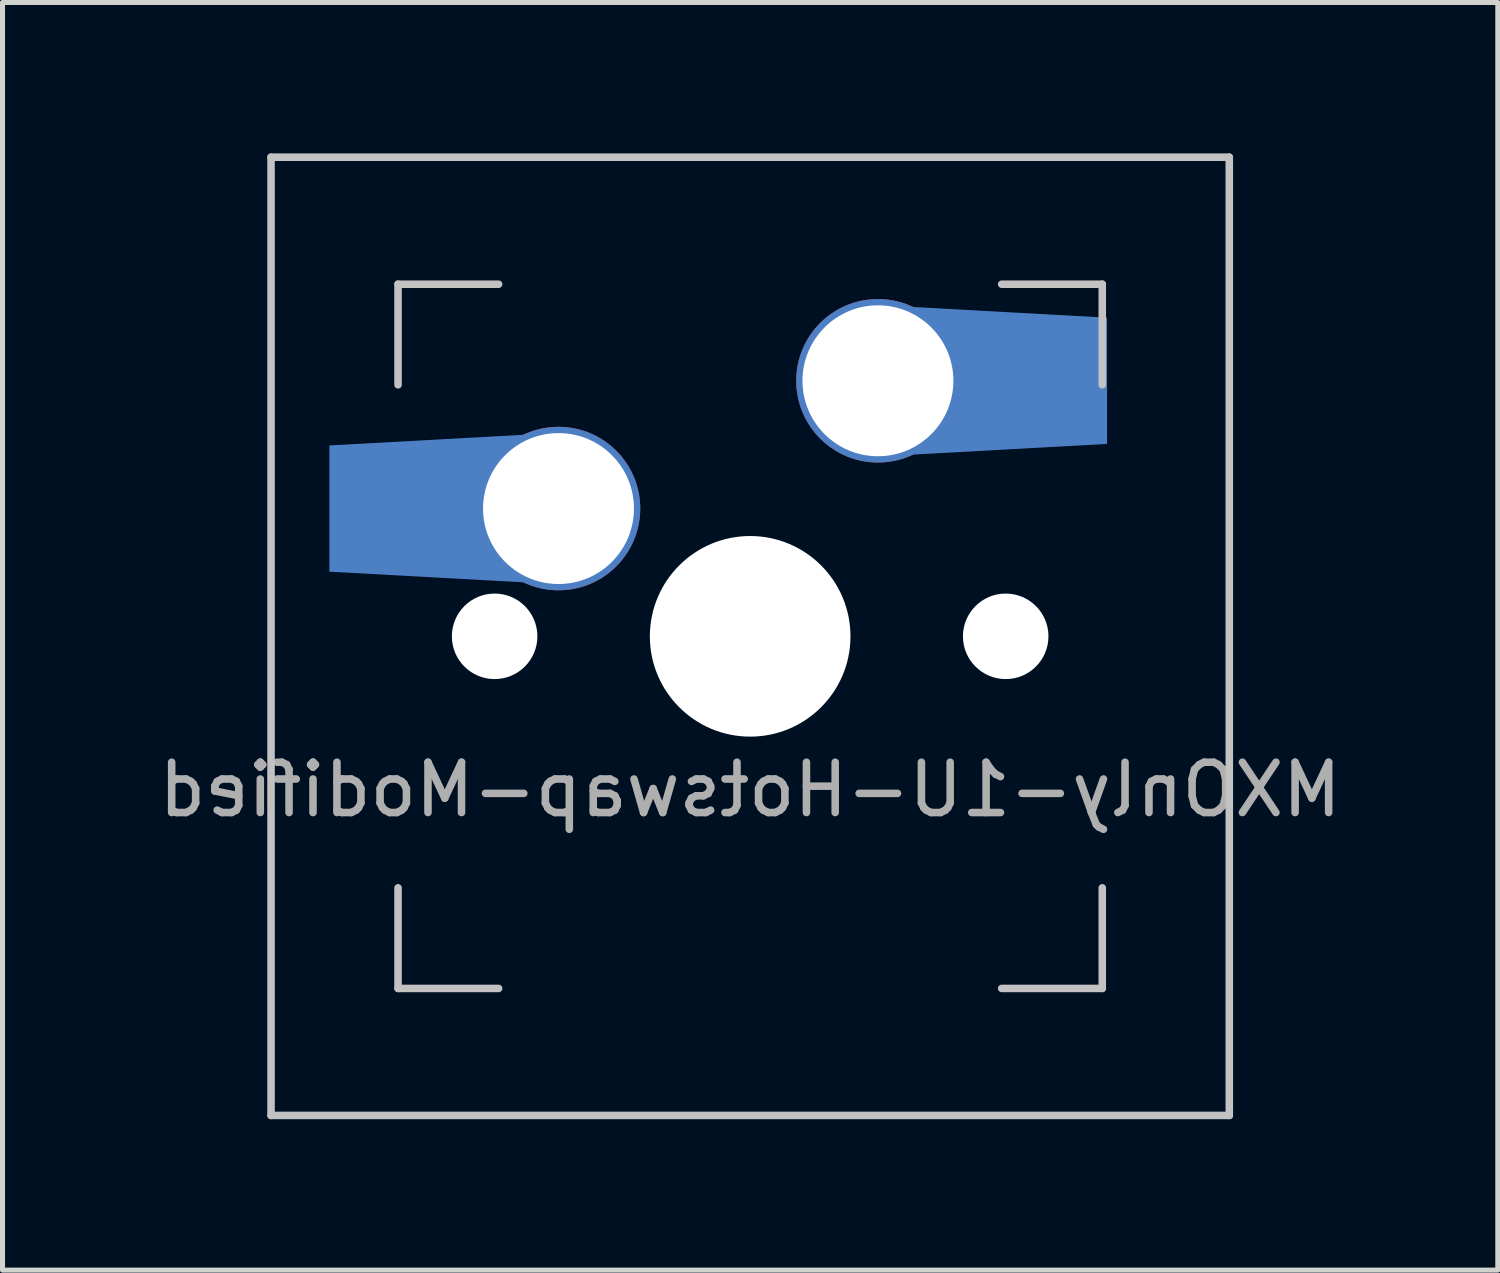
<source format=kicad_pcb>
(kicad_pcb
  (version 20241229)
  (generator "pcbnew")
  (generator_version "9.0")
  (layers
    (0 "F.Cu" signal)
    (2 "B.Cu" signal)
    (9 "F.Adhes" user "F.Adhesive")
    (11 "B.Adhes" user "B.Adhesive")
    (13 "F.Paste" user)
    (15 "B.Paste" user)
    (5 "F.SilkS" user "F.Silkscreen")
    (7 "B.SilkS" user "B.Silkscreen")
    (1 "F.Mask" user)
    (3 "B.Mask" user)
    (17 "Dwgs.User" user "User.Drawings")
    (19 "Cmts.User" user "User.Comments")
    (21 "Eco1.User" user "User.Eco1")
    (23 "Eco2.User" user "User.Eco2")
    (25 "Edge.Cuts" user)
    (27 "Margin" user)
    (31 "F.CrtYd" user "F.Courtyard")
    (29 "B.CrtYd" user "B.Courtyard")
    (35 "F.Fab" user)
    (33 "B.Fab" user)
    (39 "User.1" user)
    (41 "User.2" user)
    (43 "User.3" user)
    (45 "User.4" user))
  (footprint "MXOnly-1U-Hotswap-Modified"
    (layer "F.Cu")
    (at 11.863 9.6)
    (property "Reference" "MXOnly-1U-Hotswap-Modified" (at 0 3.048 0) (layer "F.Fab") (effects (font (size 1 1) (thickness 0.15)) (justify mirror)))
    (attr through_hole)
    (fp_line (start -9.525 -9.525) (end 9.525 -9.525) (stroke (width 0.15) (type solid)) (layer "Dwgs.User"))
    (fp_line (start -9.525 9.525) (end -9.525 -9.525) (stroke (width 0.15) (type solid)) (layer "Dwgs.User"))
    (fp_line (start -7 -7) (end -7 -5) (stroke (width 0.15) (type solid)) (layer "Dwgs.User"))
    (fp_line (start -7 5) (end -7 7) (stroke (width 0.15) (type solid)) (layer "Dwgs.User"))
    (fp_line (start -7 7) (end -5 7) (stroke (width 0.15) (type solid)) (layer "Dwgs.User"))
    (fp_line (start -5 -7) (end -7 -7) (stroke (width 0.15) (type solid)) (layer "Dwgs.User"))
    (fp_line (start 5 -7) (end 7 -7) (stroke (width 0.15) (type solid)) (layer "Dwgs.User"))
    (fp_line (start 5 7) (end 7 7) (stroke (width 0.15) (type solid)) (layer "Dwgs.User"))
    (fp_line (start 7 -7) (end 7 -5) (stroke (width 0.15) (type solid)) (layer "Dwgs.User"))
    (fp_line (start 7 7) (end 7 5) (stroke (width 0.15) (type solid)) (layer "Dwgs.User"))
    (fp_line (start 9.525 -9.525) (end 9.525 9.525) (stroke (width 0.15) (type solid)) (layer "Dwgs.User"))
    (fp_line (start 9.525 9.525) (end -9.525 9.525) (stroke (width 0.15) (type solid)) (layer "Dwgs.User"))
    (pad "" smd rect (at -7.085 -2.54) (size 2.55 2.5) (layers "B.Mask" "B.Paste"))
    (pad "" np_thru_hole circle (at -5.08 0 48.099) (size 1.7 1.7) (drill 1.7) (layers "*.Cu" "*.Mask"))
    (pad "" np_thru_hole circle (at 0 0) (size 3.988 3.988) (drill 3.988) (layers "*.Cu" "*.Mask"))
    (pad "" np_thru_hole circle (at 5.08 0 48.099) (size 1.7 1.7) (drill 1.7) (layers "*.Cu" "*.Mask"))
    (pad "" smd rect (at 5.815 -5.08) (size 2.55 2.5) (layers "B.Mask" "B.Paste"))
    (pad "1" smd custom (at -7.085 -2.54) (size 2.55 2.5) (layers "B.Cu") (options (anchor rect)) (primitives (gr_poly (pts (xy -1.275 -1.25) (xy 3.275 -1.5) (xy 3.275 1.5) (xy -1.275 1.25)) (width 0.01) (fill yes))))
    (pad "1" thru_hole circle (at -3.81 -2.54) (size 3.25 3.25) (drill 3) (layers "*.Cu" "*.Mask"))
    (pad "2" thru_hole circle (at 2.54 -5.08) (size 3.25 3.25) (drill 3) (layers "*.Cu" "*.Mask"))
    (pad "2" smd custom (at 5.815 -5.08) (size 2.55 2.5) (layers "B.Cu") (options (anchor rect)) (primitives (gr_poly (pts (xy 1.275 -1.25) (xy -3.275 -1.5) (xy -3.275 1.5) (xy 1.275 1.25)) (width 0.01) (fill yes)))))
  (gr_rect
    (start -3 -3)
    (end 26.726 22.2)
    (stroke (width 0.1) (type default))
    (fill no)
    (layer "Edge.Cuts")))
</source>
